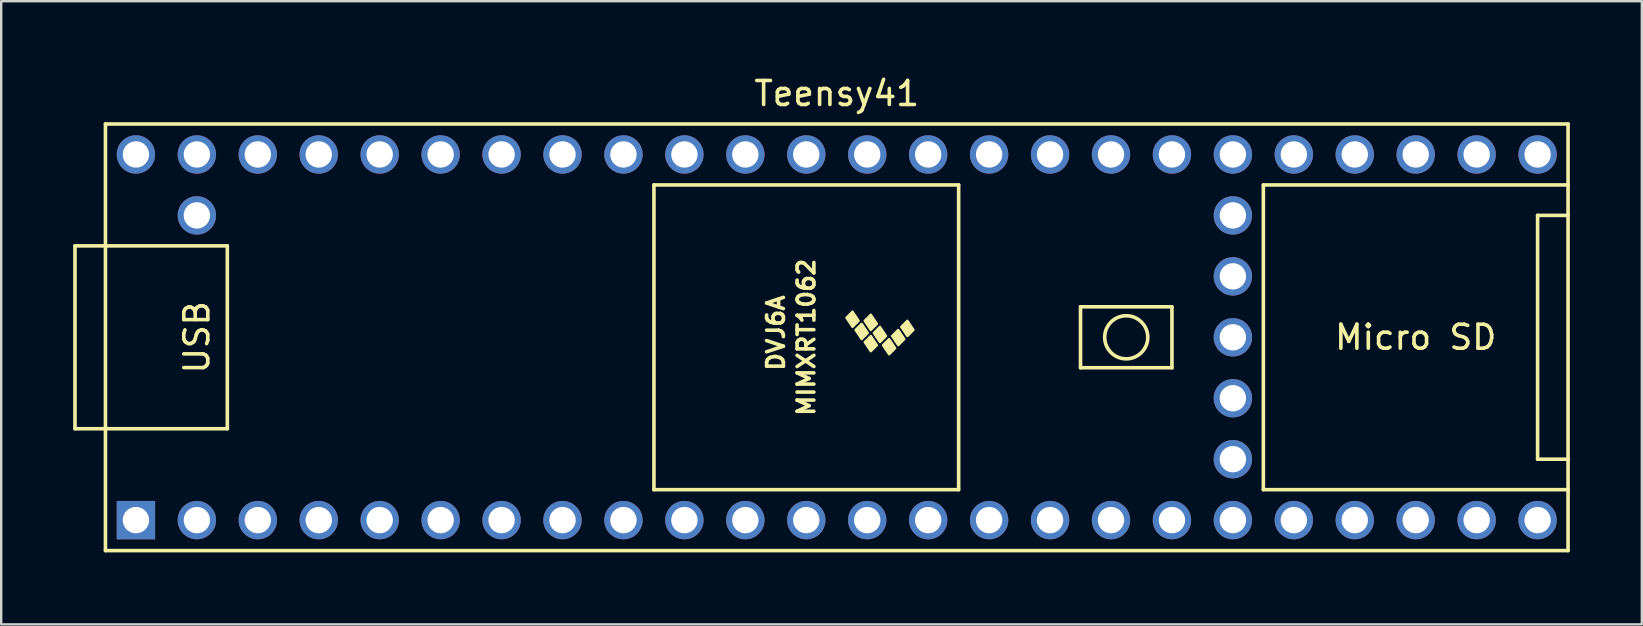
<source format=kicad_pcb>
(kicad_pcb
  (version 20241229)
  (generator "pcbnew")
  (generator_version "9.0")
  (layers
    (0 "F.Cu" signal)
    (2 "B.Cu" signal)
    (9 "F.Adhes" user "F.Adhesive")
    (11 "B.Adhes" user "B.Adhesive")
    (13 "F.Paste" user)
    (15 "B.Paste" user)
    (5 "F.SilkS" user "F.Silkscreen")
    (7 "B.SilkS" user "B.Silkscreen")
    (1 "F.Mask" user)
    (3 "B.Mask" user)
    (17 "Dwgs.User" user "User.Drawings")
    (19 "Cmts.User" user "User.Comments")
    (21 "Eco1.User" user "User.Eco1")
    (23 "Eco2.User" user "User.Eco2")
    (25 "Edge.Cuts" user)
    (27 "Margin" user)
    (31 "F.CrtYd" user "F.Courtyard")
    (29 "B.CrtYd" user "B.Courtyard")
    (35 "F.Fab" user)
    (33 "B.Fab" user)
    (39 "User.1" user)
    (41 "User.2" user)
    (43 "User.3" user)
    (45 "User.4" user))
  (footprint "Teensy41"
    (layer "F.Cu")
    (at 31.825 11.008)
    (property "Reference" "Teensy41" (at 0 -10.16 0) (layer "F.SilkS") (effects (font (size 1 1) (thickness 0.15))))
    (attr through_hole)
    (fp_line (start -31.75 -3.81) (end -30.48 -3.81) (stroke (width 0.15) (type solid)) (layer "F.SilkS"))
    (fp_line (start -31.75 3.81) (end -31.75 -3.81) (stroke (width 0.15) (type solid)) (layer "F.SilkS"))
    (fp_line (start -30.48 -8.89) (end 30.48 -8.89) (stroke (width 0.15) (type solid)) (layer "F.SilkS"))
    (fp_line (start -30.48 3.81) (end -31.75 3.81) (stroke (width 0.15) (type solid)) (layer "F.SilkS"))
    (fp_line (start -30.48 8.89) (end -30.48 -8.89) (stroke (width 0.15) (type solid)) (layer "F.SilkS"))
    (fp_line (start -25.4 -3.81) (end -30.48 -3.81) (stroke (width 0.15) (type solid)) (layer "F.SilkS"))
    (fp_line (start -25.4 3.81) (end -30.48 3.81) (stroke (width 0.15) (type solid)) (layer "F.SilkS"))
    (fp_line (start -25.4 3.81) (end -25.4 -3.81) (stroke (width 0.15) (type solid)) (layer "F.SilkS"))
    (fp_line (start -7.62 -6.35) (end -7.62 6.35) (stroke (width 0.15) (type solid)) (layer "F.SilkS"))
    (fp_line (start -7.62 6.35) (end 5.08 6.35) (stroke (width 0.15) (type solid)) (layer "F.SilkS"))
    (fp_line (start 5.08 -6.35) (end -7.62 -6.35) (stroke (width 0.15) (type solid)) (layer "F.SilkS"))
    (fp_line (start 5.08 6.35) (end 5.08 -6.35) (stroke (width 0.15) (type solid)) (layer "F.SilkS"))
    (fp_line (start 10.16 -1.27) (end 13.97 -1.27) (stroke (width 0.15) (type solid)) (layer "F.SilkS"))
    (fp_line (start 10.16 1.27) (end 10.16 -1.27) (stroke (width 0.15) (type solid)) (layer "F.SilkS"))
    (fp_line (start 13.97 -1.27) (end 13.97 1.27) (stroke (width 0.15) (type solid)) (layer "F.SilkS"))
    (fp_line (start 13.97 1.27) (end 10.16 1.27) (stroke (width 0.15) (type solid)) (layer "F.SilkS"))
    (fp_line (start 17.78 -6.35) (end 17.78 6.35) (stroke (width 0.15) (type solid)) (layer "F.SilkS"))
    (fp_line (start 17.78 6.35) (end 30.48 6.35) (stroke (width 0.15) (type solid)) (layer "F.SilkS"))
    (fp_line (start 29.21 -5.08) (end 29.21 5.08) (stroke (width 0.15) (type solid)) (layer "F.SilkS"))
    (fp_line (start 29.21 5.08) (end 30.48 5.08) (stroke (width 0.15) (type solid)) (layer "F.SilkS"))
    (fp_line (start 30.48 -8.89) (end 30.48 8.89) (stroke (width 0.15) (type solid)) (layer "F.SilkS"))
    (fp_line (start 30.48 -6.35) (end 17.78 -6.35) (stroke (width 0.15) (type solid)) (layer "F.SilkS"))
    (fp_line (start 30.48 -5.08) (end 29.21 -5.08) (stroke (width 0.15) (type solid)) (layer "F.SilkS"))
    (fp_line (start 30.48 8.89) (end -30.48 8.89) (stroke (width 0.15) (type solid)) (layer "F.SilkS"))
    (fp_circle (center 12.065 0) (end 12.7 -0.635) (stroke (width 0.15) (type solid)) (fill no) (layer "F.SilkS"))
    (fp_poly (pts (xy 0.911 -0.688) (xy 0.657 -0.434) (xy 0.403 -0.815) (xy 0.657 -1.069)) (stroke (width 0.1) (type solid)) (fill yes) (layer "F.SilkS"))
    (fp_poly (pts (xy 1.292 -0.18) (xy 1.038 0.074) (xy 0.784 -0.307) (xy 1.038 -0.561)) (stroke (width 0.1) (type solid)) (fill yes) (layer "F.SilkS"))
    (fp_poly (pts (xy 1.673 -0.561) (xy 1.419 -0.307) (xy 1.165 -0.688) (xy 1.419 -0.942)) (stroke (width 0.1) (type solid)) (fill yes) (layer "F.SilkS"))
    (fp_poly (pts (xy 1.673 0.328) (xy 1.419 0.582) (xy 1.165 0.201) (xy 1.419 -0.053)) (stroke (width 0.1) (type solid)) (fill yes) (layer "F.SilkS"))
    (fp_poly (pts (xy 2.054 -0.053) (xy 1.8 0.201) (xy 1.546 -0.18) (xy 1.8 -0.434)) (stroke (width 0.1) (type solid)) (fill yes) (layer "F.SilkS"))
    (fp_poly (pts (xy 2.435 0.455) (xy 2.181 0.709) (xy 1.927 0.328) (xy 2.181 0.074)) (stroke (width 0.1) (type solid)) (fill yes) (layer "F.SilkS"))
    (fp_poly (pts (xy 2.816 0.074) (xy 2.562 0.328) (xy 2.308 -0.053) (xy 2.562 -0.307)) (stroke (width 0.1) (type solid)) (fill yes) (layer "F.SilkS"))
    (fp_poly (pts (xy 3.197 -0.307) (xy 2.943 -0.053) (xy 2.689 -0.434) (xy 2.943 -0.688)) (stroke (width 0.1) (type solid)) (fill yes) (layer "F.SilkS"))
    (fp_text user "MIMXRT1062" (at -1.27 0 270) (layer "F.SilkS") (effects (font (size 0.7 0.7) (thickness 0.15))))
    (fp_text user "Micro SD" (at 24.13 0 0) (layer "F.SilkS") (effects (font (size 1 1) (thickness 0.15))))
    (fp_text user "USB" (at -26.67 0 270) (layer "F.SilkS") (effects (font (size 1 1) (thickness 0.15))))
    (fp_text user "DVJ6A" (at -2.54 -0.18 270) (layer "F.SilkS") (effects (font (size 0.7 0.7) (thickness 0.15))))
    (pad "1" thru_hole rect (at -29.21 7.62) (size 1.6 1.6) (drill 1.1) (layers "*.Cu" "*.Mask"))
    (pad "2" thru_hole circle (at -26.67 7.62) (size 1.6 1.6) (drill 1.1) (layers "*.Cu" "*.Mask"))
    (pad "3" thru_hole circle (at -24.13 7.62) (size 1.6 1.6) (drill 1.1) (layers "*.Cu" "*.Mask"))
    (pad "4" thru_hole circle (at -21.59 7.62) (size 1.6 1.6) (drill 1.1) (layers "*.Cu" "*.Mask"))
    (pad "5" thru_hole circle (at -19.05 7.62) (size 1.6 1.6) (drill 1.1) (layers "*.Cu" "*.Mask"))
    (pad "6" thru_hole circle (at -16.51 7.62) (size 1.6 1.6) (drill 1.1) (layers "*.Cu" "*.Mask"))
    (pad "7" thru_hole circle (at -13.97 7.62) (size 1.6 1.6) (drill 1.1) (layers "*.Cu" "*.Mask"))
    (pad "8" thru_hole circle (at -11.43 7.62) (size 1.6 1.6) (drill 1.1) (layers "*.Cu" "*.Mask"))
    (pad "9" thru_hole circle (at -8.89 7.62) (size 1.6 1.6) (drill 1.1) (layers "*.Cu" "*.Mask"))
    (pad "10" thru_hole circle (at -6.35 7.62) (size 1.6 1.6) (drill 1.1) (layers "*.Cu" "*.Mask"))
    (pad "11" thru_hole circle (at -3.81 7.62) (size 1.6 1.6) (drill 1.1) (layers "*.Cu" "*.Mask"))
    (pad "12" thru_hole circle (at -1.27 7.62) (size 1.6 1.6) (drill 1.1) (layers "*.Cu" "*.Mask"))
    (pad "13" thru_hole circle (at 1.27 7.62) (size 1.6 1.6) (drill 1.1) (layers "*.Cu" "*.Mask"))
    (pad "14" thru_hole circle (at 3.81 7.62) (size 1.6 1.6) (drill 1.1) (layers "*.Cu" "*.Mask"))
    (pad "15" thru_hole circle (at 6.35 7.62) (size 1.6 1.6) (drill 1.1) (layers "*.Cu" "*.Mask"))
    (pad "16" thru_hole circle (at 8.89 7.62) (size 1.6 1.6) (drill 1.1) (layers "*.Cu" "*.Mask"))
    (pad "17" thru_hole circle (at 11.43 7.62) (size 1.6 1.6) (drill 1.1) (layers "*.Cu" "*.Mask"))
    (pad "18" thru_hole circle (at 13.97 7.62) (size 1.6 1.6) (drill 1.1) (layers "*.Cu" "*.Mask"))
    (pad "19" thru_hole circle (at 16.51 7.62) (size 1.6 1.6) (drill 1.1) (layers "*.Cu" "*.Mask"))
    (pad "20" thru_hole circle (at 19.05 7.62) (size 1.6 1.6) (drill 1.1) (layers "*.Cu" "*.Mask"))
    (pad "21" thru_hole circle (at 21.59 7.62) (size 1.6 1.6) (drill 1.1) (layers "*.Cu" "*.Mask"))
    (pad "22" thru_hole circle (at 24.13 7.62) (size 1.6 1.6) (drill 1.1) (layers "*.Cu" "*.Mask"))
    (pad "23" thru_hole circle (at 26.67 7.62) (size 1.6 1.6) (drill 1.1) (layers "*.Cu" "*.Mask"))
    (pad "24" thru_hole circle (at 29.21 7.62) (size 1.6 1.6) (drill 1.1) (layers "*.Cu" "*.Mask"))
    (pad "25" thru_hole circle (at 29.21 -7.62) (size 1.6 1.6) (drill 1.1) (layers "*.Cu" "*.Mask"))
    (pad "26" thru_hole circle (at 26.67 -7.62) (size 1.6 1.6) (drill 1.1) (layers "*.Cu" "*.Mask"))
    (pad "27" thru_hole circle (at 24.13 -7.62) (size 1.6 1.6) (drill 1.1) (layers "*.Cu" "*.Mask"))
    (pad "28" thru_hole circle (at 21.59 -7.62) (size 1.6 1.6) (drill 1.1) (layers "*.Cu" "*.Mask"))
    (pad "29" thru_hole circle (at 19.05 -7.62) (size 1.6 1.6) (drill 1.1) (layers "*.Cu" "*.Mask"))
    (pad "30" thru_hole circle (at 16.51 -7.62) (size 1.6 1.6) (drill 1.1) (layers "*.Cu" "*.Mask"))
    (pad "31" thru_hole circle (at 13.97 -7.62) (size 1.6 1.6) (drill 1.1) (layers "*.Cu" "*.Mask"))
    (pad "32" thru_hole circle (at 11.43 -7.62) (size 1.6 1.6) (drill 1.1) (layers "*.Cu" "*.Mask"))
    (pad "33" thru_hole circle (at 8.89 -7.62) (size 1.6 1.6) (drill 1.1) (layers "*.Cu" "*.Mask"))
    (pad "34" thru_hole circle (at 6.35 -7.62) (size 1.6 1.6) (drill 1.1) (layers "*.Cu" "*.Mask"))
    (pad "35" thru_hole circle (at 3.81 -7.62) (size 1.6 1.6) (drill 1.1) (layers "*.Cu" "*.Mask"))
    (pad "36" thru_hole circle (at 1.27 -7.62) (size 1.6 1.6) (drill 1.1) (layers "*.Cu" "*.Mask"))
    (pad "37" thru_hole circle (at -1.27 -7.62) (size 1.6 1.6) (drill 1.1) (layers "*.Cu" "*.Mask"))
    (pad "38" thru_hole circle (at -3.81 -7.62) (size 1.6 1.6) (drill 1.1) (layers "*.Cu" "*.Mask"))
    (pad "39" thru_hole circle (at -6.35 -7.62) (size 1.6 1.6) (drill 1.1) (layers "*.Cu" "*.Mask"))
    (pad "40" thru_hole circle (at -8.89 -7.62) (size 1.6 1.6) (drill 1.1) (layers "*.Cu" "*.Mask"))
    (pad "41" thru_hole circle (at -11.43 -7.62) (size 1.6 1.6) (drill 1.1) (layers "*.Cu" "*.Mask"))
    (pad "42" thru_hole circle (at -13.97 -7.62) (size 1.6 1.6) (drill 1.1) (layers "*.Cu" "*.Mask"))
    (pad "43" thru_hole circle (at -16.51 -7.62) (size 1.6 1.6) (drill 1.1) (layers "*.Cu" "*.Mask"))
    (pad "44" thru_hole circle (at -19.05 -7.62) (size 1.6 1.6) (drill 1.1) (layers "*.Cu" "*.Mask"))
    (pad "45" thru_hole circle (at -21.59 -7.62) (size 1.6 1.6) (drill 1.1) (layers "*.Cu" "*.Mask"))
    (pad "46" thru_hole circle (at -24.13 -7.62) (size 1.6 1.6) (drill 1.1) (layers "*.Cu" "*.Mask"))
    (pad "47" thru_hole circle (at -26.67 -7.62) (size 1.6 1.6) (drill 1.1) (layers "*.Cu" "*.Mask"))
    (pad "48" thru_hole circle (at -29.21 -7.62) (size 1.6 1.6) (drill 1.1) (layers "*.Cu" "*.Mask"))
    (pad "49" thru_hole circle (at -26.67 -5.08) (size 1.6 1.6) (drill 1.1) (layers "*.Cu" "*.Mask"))
    (pad "50" thru_hole circle (at 16.51 5.08) (size 1.6 1.6) (drill 1.1) (layers "*.Cu" "*.Mask"))
    (pad "51" thru_hole circle (at 16.51 2.54) (size 1.6 1.6) (drill 1.1) (layers "*.Cu" "*.Mask"))
    (pad "52" thru_hole circle (at 16.51 0) (size 1.6 1.6) (drill 1.1) (layers "*.Cu" "*.Mask"))
    (pad "53" thru_hole circle (at 16.51 -2.54) (size 1.6 1.6) (drill 1.1) (layers "*.Cu" "*.Mask"))
    (pad "54" thru_hole circle (at 16.51 -5.08) (size 1.6 1.6) (drill 1.1) (layers "*.Cu" "*.Mask")))
  (gr_rect
    (start -3 -3)
    (end 65.38 22.973)
    (stroke (width 0.1) (type default))
    (fill no)
    (layer "Edge.Cuts")))
</source>
